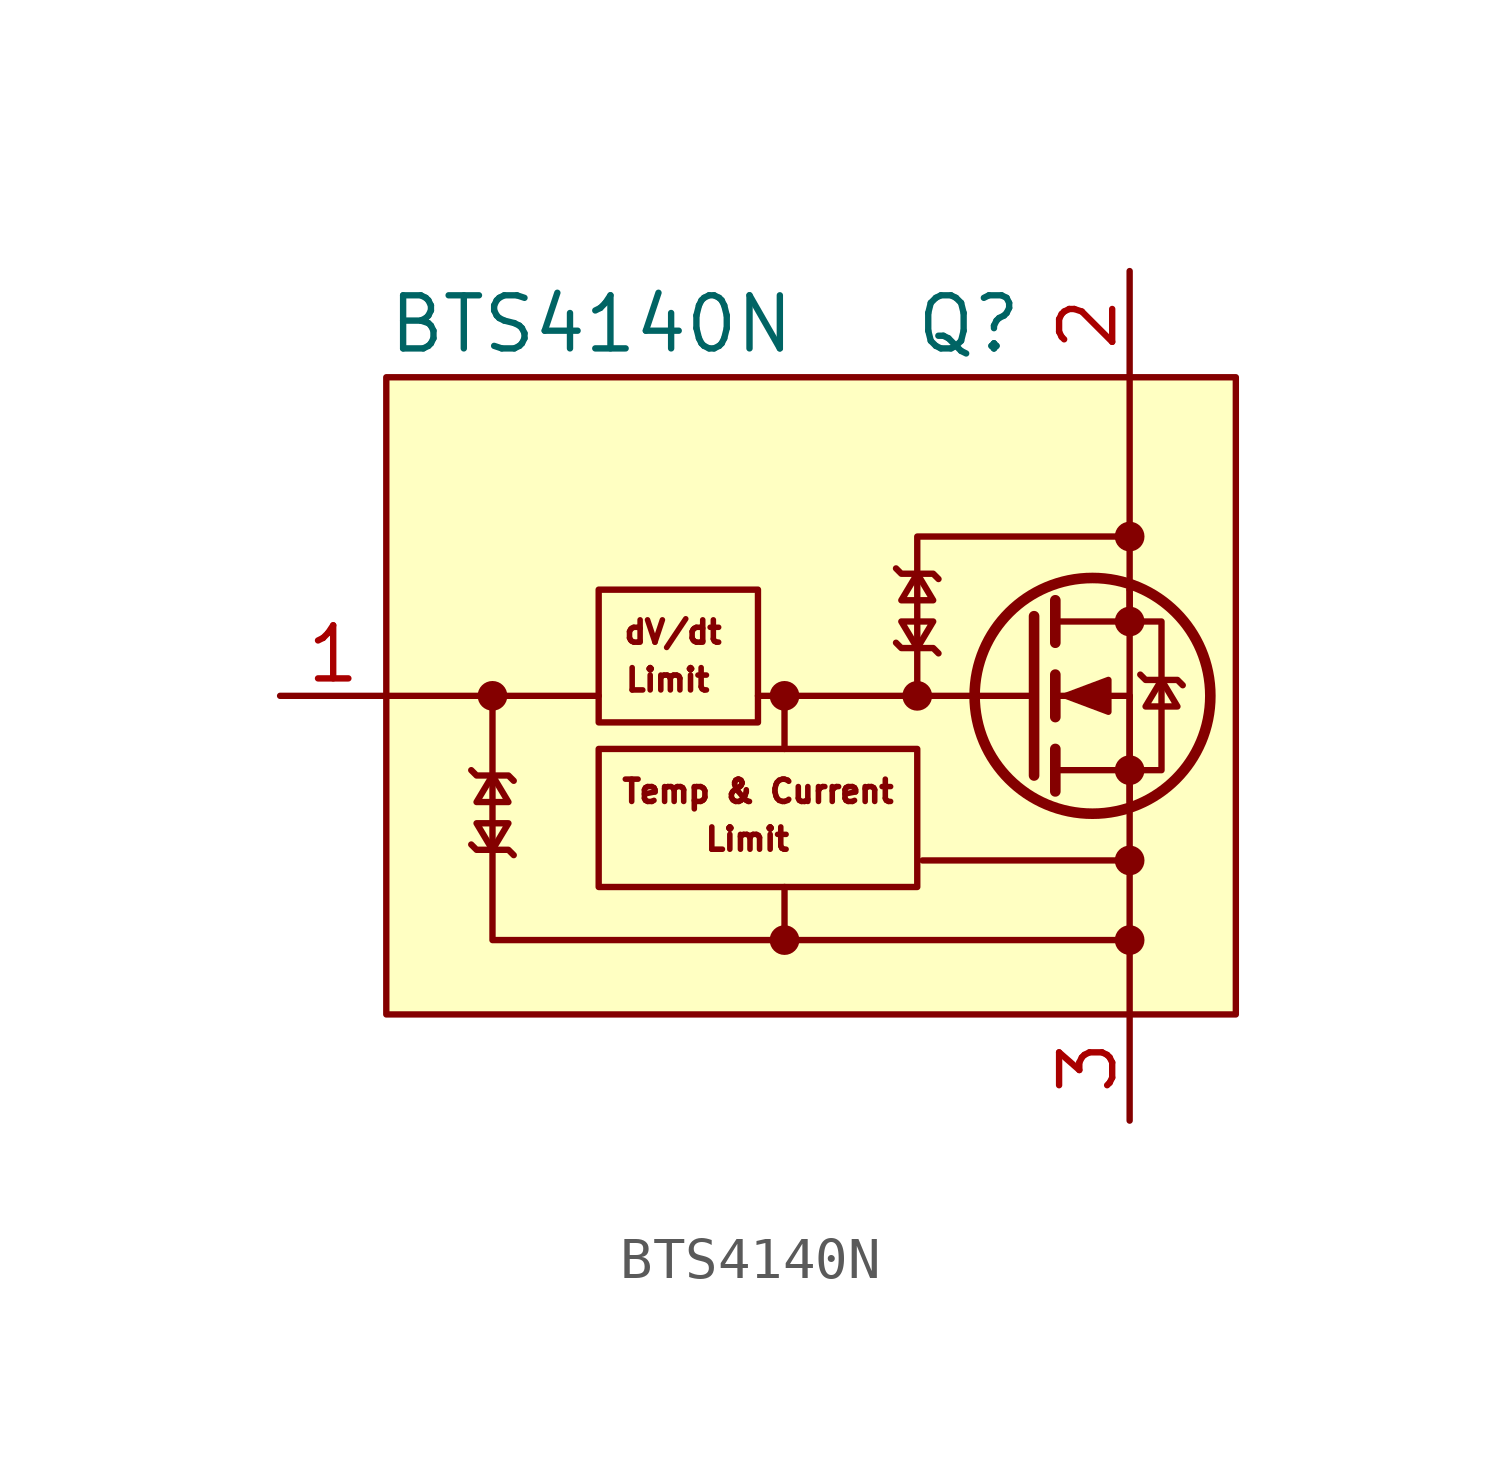
<source format=kicad_sym>
(kicad_symbol_lib
  (version 20201005)
  (generator kicad_symbol_editor)
  (symbol "BTS4140N:BTS4140N"
    (pin_names
      (offset 0) hide)
    (property "Reference" "Q"
      (at 5.08 8.89 0)
      (effects (font (size 1.27 1.27)) (justify right)))
    (property "Value" "BTS4140N"
      (at -10.16 8.89 0)
      (effects (font (size 1.27 1.27)) (justify left)))
    (symbol "BTS4140N_0_0"
      (text "Limit" (at -1.524 -3.429 0) (effects (font (size 0.533 0.533))))
      (text "Temp & Current" (at -1.27 -2.286 0) (effects (font (size 0.533 0.533))))
      (rectangle (start -10.16 7.62) (end 10.16 -7.62) (stroke (width 0)) (fill (type background)))
      (polyline (pts (xy 7.62 2.54) (xy 7.62 -7.62)) (stroke (width 0)) (fill (type none)))
      (polyline (pts (xy 7.62 2.54) (xy 7.62 7.62)) (stroke (width 0)) (fill (type none)))
      (polyline (pts (xy -0.635 -1.27) (xy -0.635 -0.635) (xy -0.635 0)) (stroke (width 0)) (fill (type none)))
      (polyline (pts (xy 2.54 0) (xy 2.54 3.81) (xy 7.62 3.81)) (stroke (width 0)) (fill (type none)))
      (polyline (pts (xy 7.62 -5.842) (xy -0.635 -5.842) (xy -0.635 -4.572)) (stroke (width 0)) (fill (type none)))
      (polyline (pts (xy -0.635 -5.842) (xy -7.62 -5.842) (xy -7.62 0) (xy -5.08 0)) (stroke (width 0)) (fill (type none))))
    (symbol "BTS4140N_0_1"
      (rectangle (start -5.08 -1.27) (end 2.54 -4.572) (stroke (width 0)) (fill (type none)))
      (polyline (pts (xy -7.62 0) (xy -10.16 0)) (stroke (width 0)) (fill (type none)))
      (polyline (pts (xy 7.62 -3.937) (xy 2.667 -3.937)) (stroke (width 0)) (fill (type none))))
    (symbol "BTS4140N_1_1"
      (circle (center -7.62 0) (radius 0.279) (stroke (width 0)) (fill (type outline)))
      (circle (center -0.635 -5.842) (radius 0.279) (stroke (width 0)) (fill (type outline)))
      (circle (center -0.635 0) (radius 0.279) (stroke (width 0)) (fill (type outline)))
      (circle (center 2.54 0) (radius 0.279) (stroke (width 0)) (fill (type outline)))
      (circle (center 6.731 0) (radius 2.819) (stroke (width 0.254)) (fill (type none)))
      (circle (center 7.62 -5.842) (radius 0.279) (stroke (width 0)) (fill (type outline)))
      (circle (center 7.62 -3.937) (radius 0.279) (stroke (width 0)) (fill (type outline)))
      (circle (center 7.62 -1.778) (radius 0.279) (stroke (width 0)) (fill (type outline)))
      (circle (center 7.62 1.778) (radius 0.279) (stroke (width 0)) (fill (type outline)))
      (circle (center 7.62 3.81) (radius 0.279) (stroke (width 0)) (fill (type outline)))
      (text "dV/dt" (at -3.302 1.524 0) (effects (font (size 0.533 0.533))))
      (text "Limit" (at -3.429 0.381 0) (effects (font (size 0.533 0.533))))
      (rectangle (start -5.08 2.54) (end -1.27 -0.635) (stroke (width 0)) (fill (type none)))
      (polyline (pts (xy 2.54 0) (xy -1.27 0)) (stroke (width 0)) (fill (type none)))
      (polyline (pts (xy 2.54 0) (xy 5.334 0)) (stroke (width 0)) (fill (type none)))
      (polyline (pts (xy 5.842 -1.778) (xy 7.62 -1.778)) (stroke (width 0)) (fill (type none)))
      (polyline (pts (xy 5.842 -1.27) (xy 5.842 -2.286)) (stroke (width 0.254)) (fill (type none)))
      (polyline (pts (xy 5.842 0) (xy 7.62 0)) (stroke (width 0)) (fill (type none)))
      (polyline (pts (xy 5.842 0.508) (xy 5.842 -0.508)) (stroke (width 0.254)) (fill (type none)))
      (polyline (pts (xy 5.842 1.778) (xy 7.62 1.778)) (stroke (width 0)) (fill (type none)))
      (polyline (pts (xy 5.842 2.286) (xy 5.842 1.27)) (stroke (width 0.254)) (fill (type none)))
      (polyline (pts (xy 7.62 -1.778) (xy 7.62 -2.54)) (stroke (width 0)) (fill (type none)))
      (polyline (pts (xy 7.62 -1.778) (xy 7.62 0)) (stroke (width 0)) (fill (type none)))
      (polyline (pts (xy 7.62 2.54) (xy 7.62 1.778)) (stroke (width 0)) (fill (type none)))
      (polyline (pts (xy 5.334 1.905) (xy 5.334 -1.905) (xy 5.334 -1.905)) (stroke (width 0.254)) (fill (type none)))
      (polyline (pts (xy -8.128 -1.778) (xy -8.001 -1.905) (xy -7.239 -1.905) (xy -7.112 -2.032)) (stroke (width 0)) (fill (type none)))
      (polyline (pts (xy -7.62 -3.683) (xy -7.239 -3.048) (xy -8.001 -3.048) (xy -7.62 -3.683)) (stroke (width 0)) (fill (type none)))
      (polyline (pts (xy -7.62 -1.905) (xy -8.001 -2.54) (xy -7.239 -2.54) (xy -7.62 -1.905)) (stroke (width 0)) (fill (type none)))
      (polyline (pts (xy -7.112 -3.81) (xy -7.239 -3.683) (xy -8.001 -3.683) (xy -8.128 -3.556)) (stroke (width 0)) (fill (type none)))
      (polyline (pts (xy 2.032 3.048) (xy 2.159 2.921) (xy 2.921 2.921) (xy 3.048 2.794)) (stroke (width 0)) (fill (type none)))
      (polyline (pts (xy 2.54 1.143) (xy 2.921 1.778) (xy 2.159 1.778) (xy 2.54 1.143)) (stroke (width 0)) (fill (type none)))
      (polyline (pts (xy 2.54 2.921) (xy 2.159 2.286) (xy 2.921 2.286) (xy 2.54 2.921)) (stroke (width 0)) (fill (type none)))
      (polyline (pts (xy 3.048 1.016) (xy 2.921 1.143) (xy 2.159 1.143) (xy 2.032 1.27)) (stroke (width 0)) (fill (type none)))
      (polyline (pts (xy 6.096 0) (xy 7.112 0.381) (xy 7.112 -0.381) (xy 6.096 0)) (stroke (width 0)) (fill (type outline)))
      (polyline (pts (xy 7.62 -1.778) (xy 8.382 -1.778) (xy 8.382 1.778) (xy 7.62 1.778)) (stroke (width 0)) (fill (type none)))
      (polyline (pts (xy 7.874 0.508) (xy 8.001 0.381) (xy 8.763 0.381) (xy 8.89 0.254)) (stroke (width 0)) (fill (type none)))
      (polyline (pts (xy 8.382 0.381) (xy 8.001 -0.254) (xy 8.763 -0.254) (xy 8.382 0.381)) (stroke (width 0)) (fill (type none)))
      (pin input line (at -12.7 0 0) (length 2.54) (name "G" (effects (font (size 1.27 1.27)))) (number "1" (effects (font (size 1.27 1.27)))))
      (pin passive line (at 7.62 10.16 270) (length 2.54) (name "D" (effects (font (size 1.27 1.27)))) (number "2" (effects (font (size 1.27 1.27)))))
      (pin passive line (at 7.62 -10.16 90) (length 2.54) (name "S" (effects (font (size 1.27 1.27)))) (number "3" (effects (font (size 1.27 1.27)))))
      (pin passive line (at 7.62 -10.16 90) (length 2.54) hide (name "D" (effects (font (size 1.27 1.27)))) (number "4" (effects (font (size 1.27 1.27))))))))
</source>
